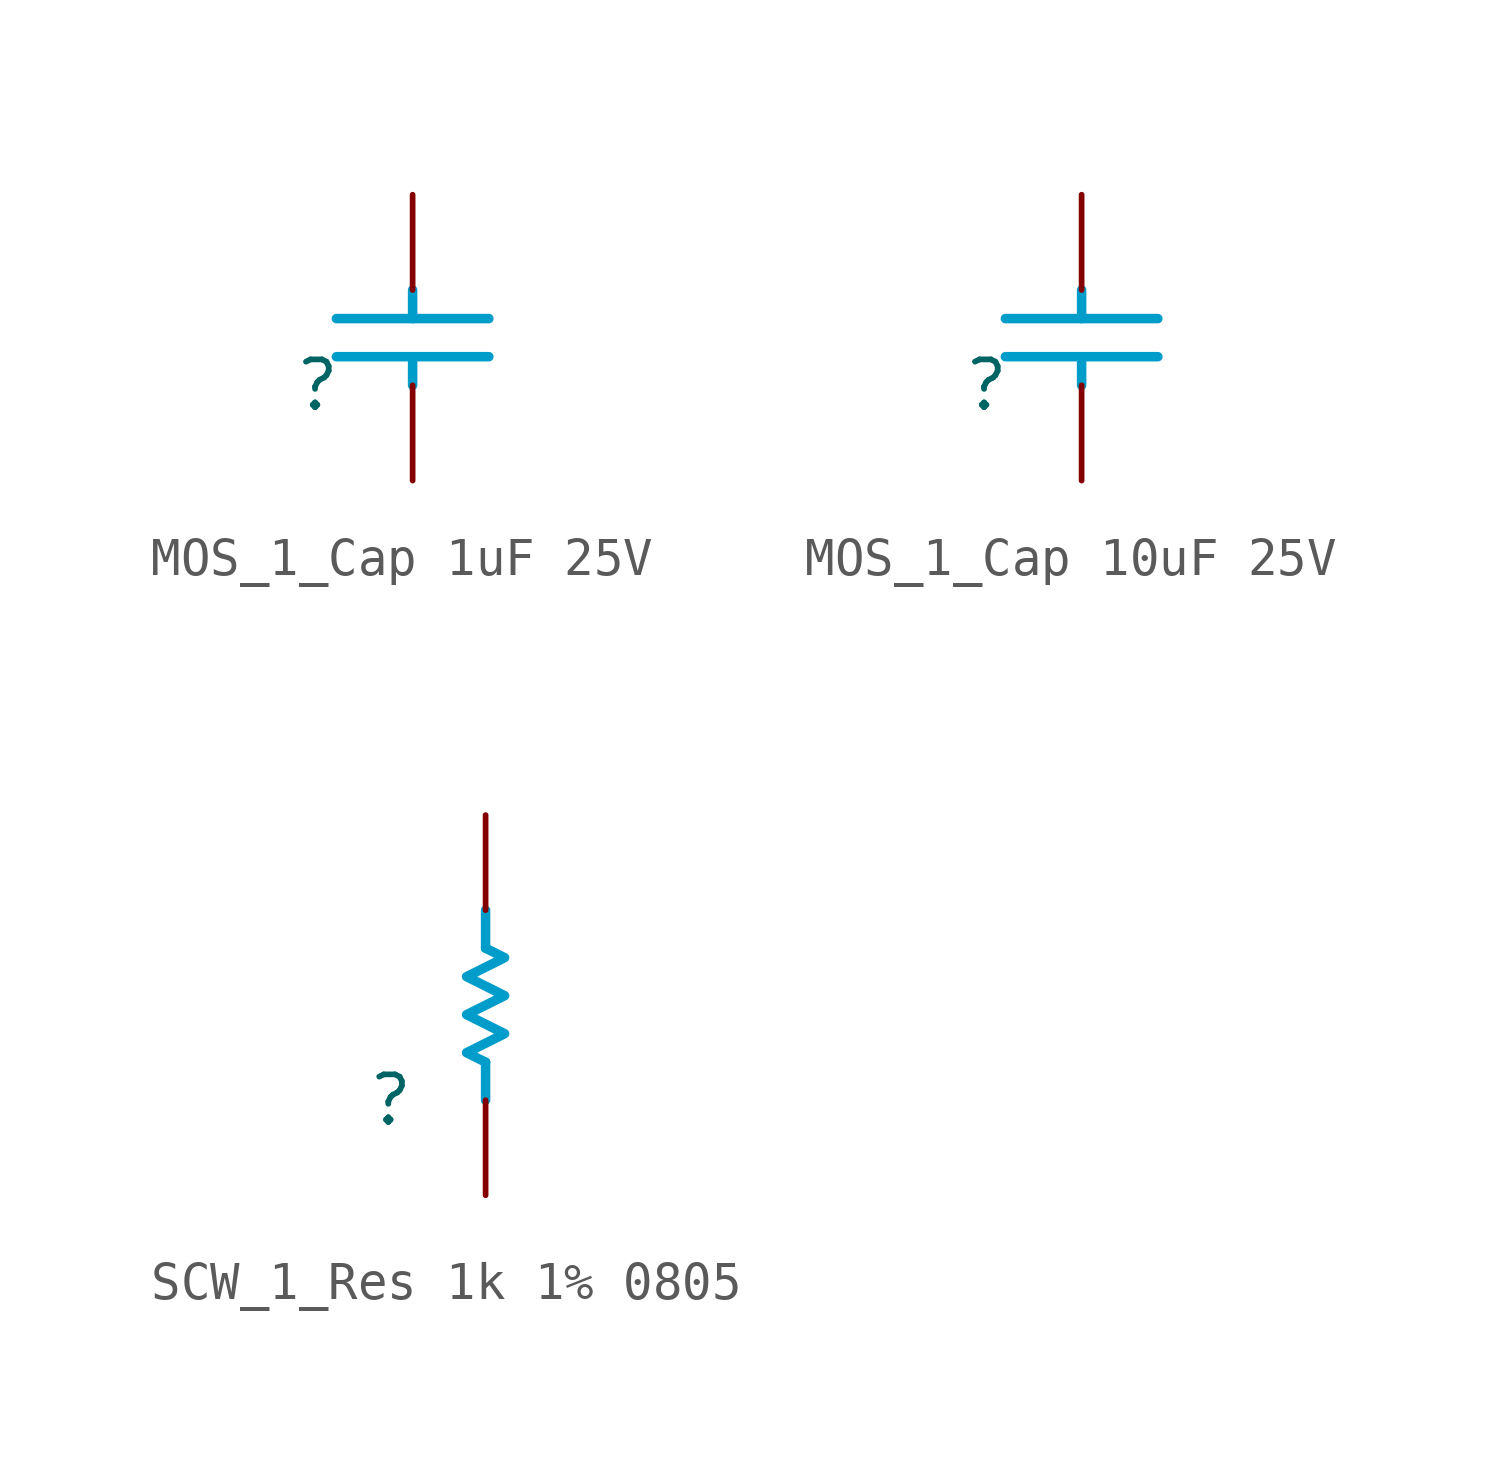
<source format=kicad_sym>
(kicad_symbol_lib
  (version 20231120)
  (generator "kicad_symbol_editor")
  (generator_version "8.0")
  (symbol "MOS_1_Cap 1uF 25V"
    (property "Reference" ""
      (at 0 0 0)
      (effects (font (size 1.27 1.27))))
    (property "Value" ""
      (at 0 0 0)
      (effects (font (size 1.27 1.27))))
    (symbol "MOS_1_Cap 1uF 25V_1_0"
      (polyline (pts (xy 0.508 0.762) (xy 4.572 0.762)) (stroke (width 0.254) (type solid) (color 0 156 202 1)) (fill (type none)))
      (polyline (pts (xy 0.508 1.778) (xy 4.572 1.778)) (stroke (width 0.254) (type solid) (color 0 156 202 1)) (fill (type none)))
      (polyline (pts (xy 2.54 0) (xy 2.54 0.762)) (stroke (width 0.254) (type solid) (color 0 156 202 1)) (fill (type none)))
      (polyline (pts (xy 2.54 2.54) (xy 2.54 1.778)) (stroke (width 0.254) (type solid) (color 0 156 202 1)) (fill (type none)))
      (pin passive line (at 2.54 -2.54 90) (length 2.54) (name "1" (effects (font (size 0 0)))) (number "1" (effects (font (size 0 0)))))
      (pin passive line (at 2.54 5.08 270) (length 2.54) (name "2" (effects (font (size 0 0)))) (number "2" (effects (font (size 0 0)))))))
  (symbol "MOS_1_Cap 10uF 25V"
    (property "Reference" ""
      (at 0 0 0)
      (effects (font (size 1.27 1.27))))
    (property "Value" ""
      (at 0 0 0)
      (effects (font (size 1.27 1.27))))
    (symbol "MOS_1_Cap 10uF 25V_1_0"
      (polyline (pts (xy 0.508 0.762) (xy 4.572 0.762)) (stroke (width 0.254) (type solid) (color 0 156 202 1)) (fill (type none)))
      (polyline (pts (xy 0.508 1.778) (xy 4.572 1.778)) (stroke (width 0.254) (type solid) (color 0 156 202 1)) (fill (type none)))
      (polyline (pts (xy 2.54 0) (xy 2.54 0.762)) (stroke (width 0.254) (type solid) (color 0 156 202 1)) (fill (type none)))
      (polyline (pts (xy 2.54 2.54) (xy 2.54 1.778)) (stroke (width 0.254) (type solid) (color 0 156 202 1)) (fill (type none)))
      (pin passive line (at 2.54 -2.54 90) (length 2.54) (name "1" (effects (font (size 0 0)))) (number "1" (effects (font (size 0 0)))))
      (pin passive line (at 2.54 5.08 270) (length 2.54) (name "2" (effects (font (size 0 0)))) (number "2" (effects (font (size 0 0)))))))
  (symbol "SCW_1_Res 1k 1% 0805"
    (property "Reference" ""
      (at 0 0 0)
      (effects (font (size 1.27 1.27))))
    (property "Value" ""
      (at 0 0 0)
      (effects (font (size 1.27 1.27))))
    (symbol "SCW_1_Res 1k 1% 0805_1_0"
      (polyline (pts (xy 2.54 0) (xy 2.54 1.016)) (stroke (width 0.254) (type solid) (color 0 156 202 1)) (fill (type none)))
      (polyline (pts (xy 2.54 4.064) (xy 2.54 5.08)) (stroke (width 0.254) (type solid) (color 0 156 202 1)) (fill (type none)))
      (polyline (pts (xy 2.54 1.016) (xy 2.032 1.27) (xy 3.048 1.778) (xy 2.032 2.286) (xy 3.048 2.794) (xy 2.032 3.302) (xy 3.048 3.81) (xy 2.54 4.064)) (stroke (width 0.254) (type solid) (color 0 156 202 1)) (fill (type none)))
      (pin passive line (at 2.54 -2.54 90) (length 2.54) (name "1" (effects (font (size 0 0)))) (number "1" (effects (font (size 0 0)))))
      (pin passive line (at 2.54 7.62 270) (length 2.54) (name "2" (effects (font (size 0 0)))) (number "2" (effects (font (size 0 0))))))))
</source>
